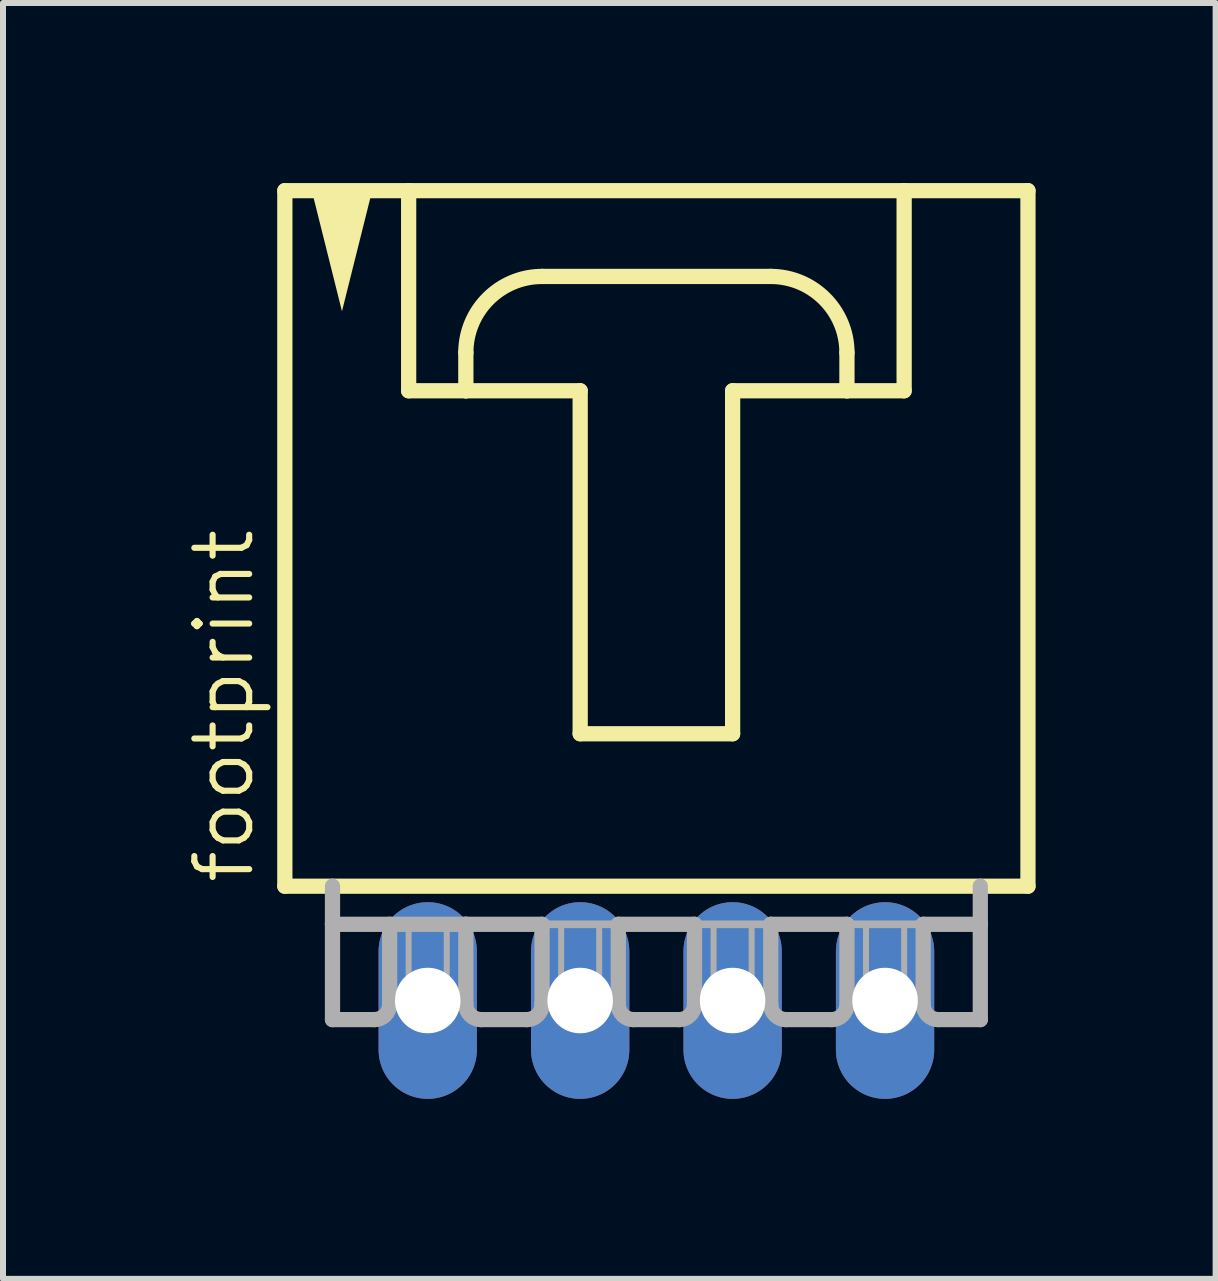
<source format=kicad_pcb>
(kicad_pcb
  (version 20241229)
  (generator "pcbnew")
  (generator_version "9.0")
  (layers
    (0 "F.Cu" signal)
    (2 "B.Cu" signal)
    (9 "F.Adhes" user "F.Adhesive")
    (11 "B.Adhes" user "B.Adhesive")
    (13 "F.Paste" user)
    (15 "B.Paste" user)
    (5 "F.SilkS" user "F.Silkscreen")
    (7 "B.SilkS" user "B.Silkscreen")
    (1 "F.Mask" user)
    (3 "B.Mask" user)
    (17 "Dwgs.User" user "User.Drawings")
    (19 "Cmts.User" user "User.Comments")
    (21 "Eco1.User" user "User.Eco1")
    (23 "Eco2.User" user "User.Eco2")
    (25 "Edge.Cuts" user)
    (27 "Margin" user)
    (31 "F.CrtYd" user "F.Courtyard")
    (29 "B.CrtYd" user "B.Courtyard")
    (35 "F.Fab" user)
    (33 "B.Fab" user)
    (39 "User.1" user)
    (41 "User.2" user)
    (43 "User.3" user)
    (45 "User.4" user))
  (footprint "footprint"
    (layer "F.Cu")
    (at 7.887 6.001)
    (property "Reference" "footprint" (at -6.668 5.715 90) (layer "F.SilkS") (effects (font (size 0.914 0.914) (thickness 0.102)) (justify left bottom)))
    (fp_line (start -6.191 -5.874) (end -6.191 5.715) (stroke (width 0.254) (type solid)) (layer "F.SilkS"))
    (fp_line (start -6.191 5.715) (end 6.191 5.715) (stroke (width 0.254) (type solid)) (layer "F.SilkS"))
    (fp_line (start -4.128 -5.874) (end -4.128 -2.54) (stroke (width 0.254) (type solid)) (layer "F.SilkS"))
    (fp_line (start -4.128 -2.54) (end -3.175 -2.54) (stroke (width 0.254) (type solid)) (layer "F.SilkS"))
    (fp_line (start -3.175 -2.54) (end -3.175 -3.175) (stroke (width 0.254) (type solid)) (layer "F.SilkS"))
    (fp_line (start -3.175 -2.54) (end -1.27 -2.54) (stroke (width 0.254) (type solid)) (layer "F.SilkS"))
    (fp_line (start -1.905 -4.445) (end 1.905 -4.445) (stroke (width 0.254) (type solid)) (layer "F.SilkS"))
    (fp_line (start -1.27 -2.54) (end -1.27 3.175) (stroke (width 0.254) (type solid)) (layer "F.SilkS"))
    (fp_line (start -1.27 3.175) (end 1.27 3.175) (stroke (width 0.254) (type solid)) (layer "F.SilkS"))
    (fp_line (start 1.27 -2.54) (end 3.175 -2.54) (stroke (width 0.254) (type solid)) (layer "F.SilkS"))
    (fp_line (start 1.27 3.175) (end 1.27 -2.54) (stroke (width 0.254) (type solid)) (layer "F.SilkS"))
    (fp_line (start 3.175 -3.175) (end 3.175 -2.54) (stroke (width 0.254) (type solid)) (layer "F.SilkS"))
    (fp_line (start 3.175 -2.54) (end 4.128 -2.54) (stroke (width 0.254) (type solid)) (layer "F.SilkS"))
    (fp_line (start 4.128 -5.874) (end -6.191 -5.874) (stroke (width 0.254) (type solid)) (layer "F.SilkS"))
    (fp_line (start 4.128 -2.54) (end 4.128 -5.874) (stroke (width 0.254) (type solid)) (layer "F.SilkS"))
    (fp_line (start 6.191 -5.874) (end 4.128 -5.874) (stroke (width 0.254) (type solid)) (layer "F.SilkS"))
    (fp_line (start 6.191 5.715) (end 6.191 -5.874) (stroke (width 0.254) (type solid)) (layer "F.SilkS"))
    (fp_arc (start -3.175 -3.175) (mid -2.803026 -4.073026) (end -1.905 -4.445) (stroke (width 0.254) (type solid)) (layer "F.SilkS"))
    (fp_arc (start 1.905 -4.445) (mid 2.803026 -4.073026) (end 3.175 -3.175) (stroke (width 0.254) (type solid)) (layer "F.SilkS"))
    (fp_poly (pts (xy -5.239 -3.864) (xy -5.748 -5.899) (xy -4.73 -5.899)) (stroke (width 0) (type solid)) (fill yes) (layer "F.SilkS"))
    (fp_line (start -5.397 5.715) (end -5.397 6.35) (stroke (width 0.254) (type solid)) (layer "F.Fab"))
    (fp_line (start -5.397 6.35) (end -5.397 7.938) (stroke (width 0.254) (type solid)) (layer "F.Fab"))
    (fp_line (start -5.397 6.35) (end -3.175 6.35) (stroke (width 0.254) (type solid)) (layer "F.Fab"))
    (fp_line (start -4.699 7.938) (end -5.397 7.938) (stroke (width 0.254) (type solid)) (layer "F.Fab"))
    (fp_line (start -4.445 6.35) (end -4.445 7.684) (stroke (width 0.254) (type solid)) (layer "F.Fab"))
    (fp_line (start -3.175 6.35) (end -3.175 7.684) (stroke (width 0.254) (type solid)) (layer "F.Fab"))
    (fp_line (start -3.175 6.35) (end -1.905 6.35) (stroke (width 0.254) (type solid)) (layer "F.Fab"))
    (fp_line (start -2.159 7.938) (end -2.921 7.938) (stroke (width 0.254) (type solid)) (layer "F.Fab"))
    (fp_line (start -1.905 6.35) (end -1.905 7.684) (stroke (width 0.254) (type solid)) (layer "F.Fab"))
    (fp_line (start -1.905 6.35) (end -0.635 6.35) (stroke (width 0.127) (type solid)) (layer "F.Fab"))
    (fp_line (start -0.635 6.35) (end -0.635 7.684) (stroke (width 0.254) (type solid)) (layer "F.Fab"))
    (fp_line (start -0.635 6.35) (end 0.635 6.35) (stroke (width 0.254) (type solid)) (layer "F.Fab"))
    (fp_line (start 0.381 7.938) (end -0.381 7.938) (stroke (width 0.254) (type solid)) (layer "F.Fab"))
    (fp_line (start 0.635 6.35) (end 0.635 7.684) (stroke (width 0.254) (type solid)) (layer "F.Fab"))
    (fp_line (start 0.635 6.35) (end 1.905 6.35) (stroke (width 0.127) (type solid)) (layer "F.Fab"))
    (fp_line (start 1.905 6.35) (end 1.905 7.684) (stroke (width 0.254) (type solid)) (layer "F.Fab"))
    (fp_line (start 1.905 6.35) (end 3.175 6.35) (stroke (width 0.254) (type solid)) (layer "F.Fab"))
    (fp_line (start 2.921 7.938) (end 2.159 7.938) (stroke (width 0.254) (type solid)) (layer "F.Fab"))
    (fp_line (start 3.175 6.35) (end 3.175 7.684) (stroke (width 0.254) (type solid)) (layer "F.Fab"))
    (fp_line (start 3.175 6.35) (end 4.445 6.35) (stroke (width 0.127) (type solid)) (layer "F.Fab"))
    (fp_line (start 4.445 6.35) (end 4.445 7.684) (stroke (width 0.254) (type solid)) (layer "F.Fab"))
    (fp_line (start 4.445 6.35) (end 5.397 6.35) (stroke (width 0.254) (type solid)) (layer "F.Fab"))
    (fp_line (start 4.699 7.938) (end 5.397 7.938) (stroke (width 0.254) (type solid)) (layer "F.Fab"))
    (fp_line (start 5.397 6.35) (end 5.397 5.715) (stroke (width 0.254) (type solid)) (layer "F.Fab"))
    (fp_line (start 5.397 7.938) (end 5.397 6.35) (stroke (width 0.254) (type solid)) (layer "F.Fab"))
    (fp_arc (start -4.445 7.6835) (mid -4.519395 7.863105) (end -4.699 7.9375) (stroke (width 0.254) (type solid)) (layer "F.Fab"))
    (fp_arc (start -2.921 7.9375) (mid -3.100605 7.863105) (end -3.175 7.6835) (stroke (width 0.254) (type solid)) (layer "F.Fab"))
    (fp_arc (start -1.905 7.6835) (mid -1.979395 7.863105) (end -2.159 7.9375) (stroke (width 0.254) (type solid)) (layer "F.Fab"))
    (fp_arc (start -0.381 7.9375) (mid -0.560605 7.863105) (end -0.635 7.6835) (stroke (width 0.254) (type solid)) (layer "F.Fab"))
    (fp_arc (start 0.635 7.6835) (mid 0.560605 7.863105) (end 0.381 7.9375) (stroke (width 0.254) (type solid)) (layer "F.Fab"))
    (fp_arc (start 2.159 7.9375) (mid 1.979395 7.863105) (end 1.905 7.6835) (stroke (width 0.254) (type solid)) (layer "F.Fab"))
    (fp_arc (start 3.175 7.6835) (mid 3.100605 7.863105) (end 2.921 7.9375) (stroke (width 0.254) (type solid)) (layer "F.Fab"))
    (fp_arc (start 4.699 7.9375) (mid 4.519395 7.863105) (end 4.445 7.6835) (stroke (width 0.254) (type solid)) (layer "F.Fab"))
    (fp_poly (pts (xy -4.128 7.62) (xy -3.493 7.62) (xy -3.493 6.35) (xy -4.128 6.35)) (stroke (width 0.1) (type solid)) (fill no) (layer "F.Fab"))
    (fp_poly (pts (xy -1.587 7.62) (xy -0.953 7.62) (xy -0.953 6.35) (xy -1.587 6.35)) (stroke (width 0.1) (type solid)) (fill no) (layer "F.Fab"))
    (fp_poly (pts (xy 0.953 7.62) (xy 1.587 7.62) (xy 1.587 6.35) (xy 0.953 6.35)) (stroke (width 0.1) (type solid)) (fill no) (layer "F.Fab"))
    (fp_poly (pts (xy 3.493 7.62) (xy 4.128 7.62) (xy 4.128 6.35) (xy 3.493 6.35)) (stroke (width 0.1) (type solid)) (fill no) (layer "F.Fab"))
    (pad "1" thru_hole oval (at -3.81 7.62 90) (size 3.277 1.638) (drill 1.092) (layers "*.Cu" "*.Mask"))
    (pad "2" thru_hole oval (at -1.27 7.62 90) (size 3.277 1.638) (drill 1.092) (layers "*.Cu" "*.Mask"))
    (pad "3" thru_hole oval (at 1.27 7.62 90) (size 3.277 1.638) (drill 1.092) (layers "*.Cu" "*.Mask"))
    (pad "4" thru_hole oval (at 3.81 7.62 90) (size 3.277 1.638) (drill 1.092) (layers "*.Cu" "*.Mask")))
  (gr_rect
    (start -3 -3)
    (end 17.205 18.259)
    (stroke (width 0.1) (type default))
    (fill no)
    (layer "Edge.Cuts")))
</source>
